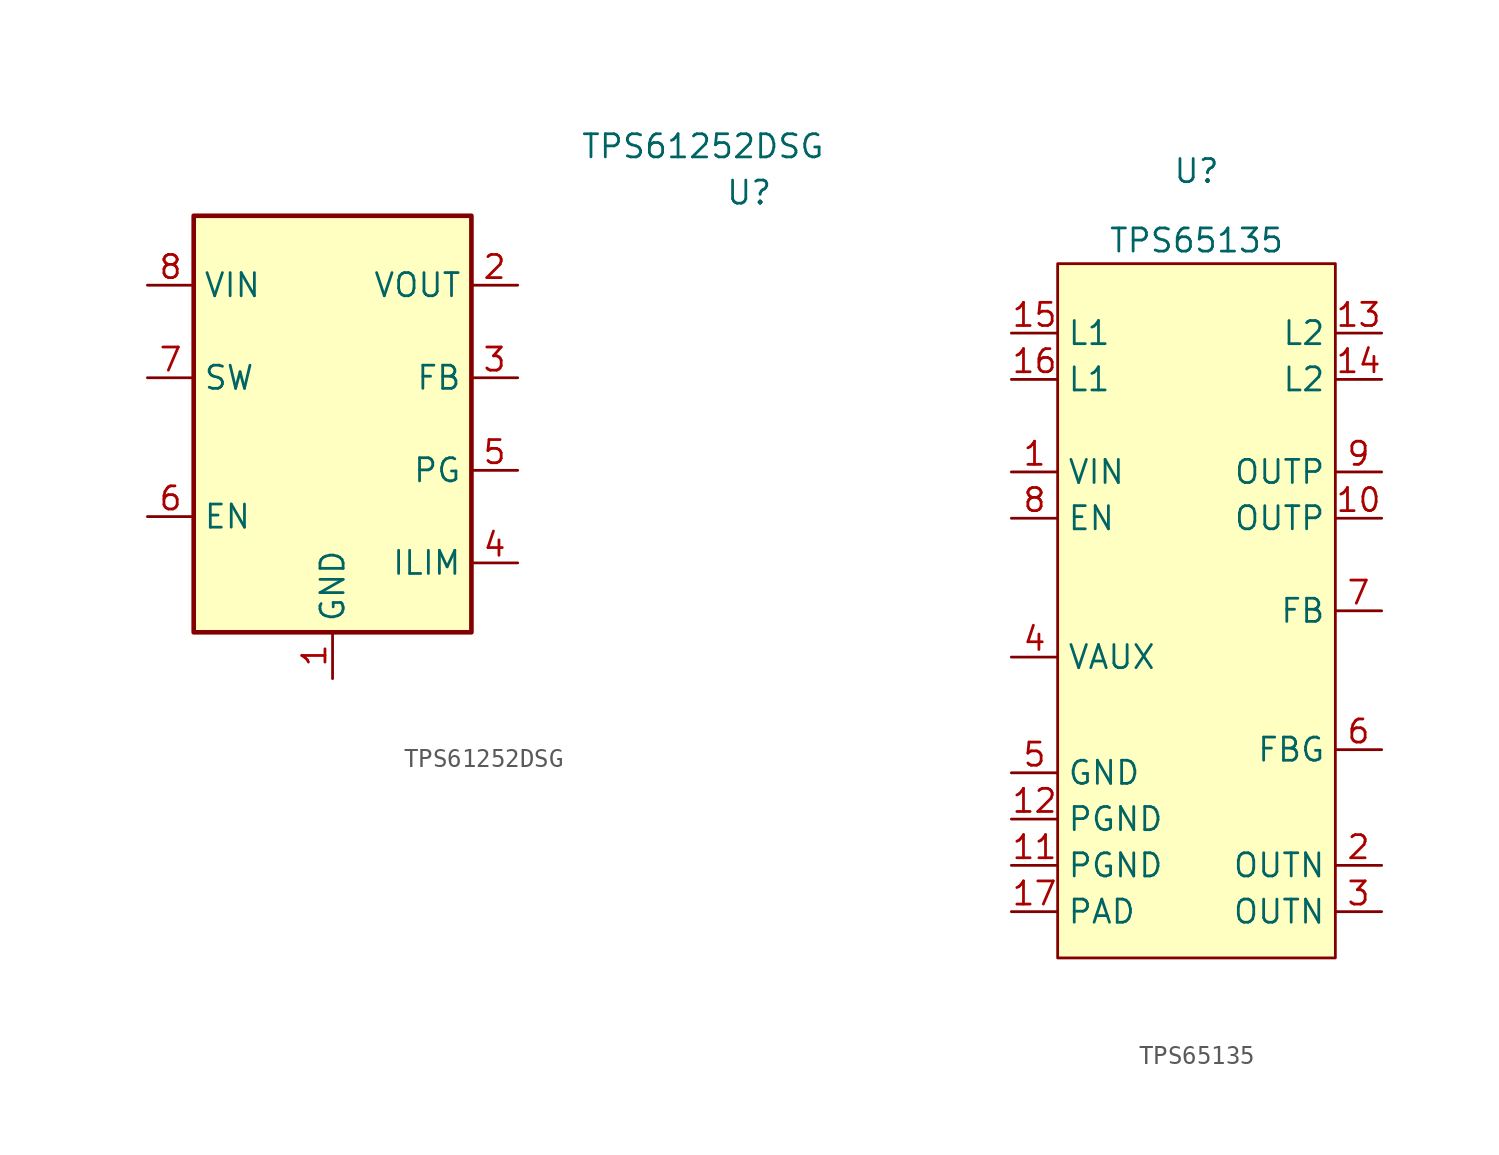
<source format=kicad_sym>
(kicad_symbol_lib
  (version 20220914)
  (generator kicad_symbol_editor)
  (symbol "TPS61252DSG"
    (property "Reference" "U"
      (at 22.86 15.24 0)
      (effects (font (size 1.27 1.27))))
    (property "Value" "TPS61252DSG"
      (at 20.32 17.78 0)
      (effects (font (size 1.27 1.27))))
    (symbol "TPS61252DSG_1_1"
      (rectangle (start -7.62 13.97) (end 7.62 -8.89) (stroke (width 0.254) (type default)) (fill (type background)))
      (pin power_in line (at 0 -11.43 90) (length 2.54) (name "GND" (effects (font (size 1.27 1.27)))) (number "1" (effects (font (size 1.27 1.27)))))
      (pin power_out line (at 10.16 10.16 180) (length 2.54) (name "VOUT" (effects (font (size 1.27 1.27)))) (number "2" (effects (font (size 1.27 1.27)))))
      (pin input line (at 10.16 5.08 180) (length 2.54) (name "FB" (effects (font (size 1.27 1.27)))) (number "3" (effects (font (size 1.27 1.27)))))
      (pin input line (at 10.16 -5.08 180) (length 2.54) (name "ILIM" (effects (font (size 1.27 1.27)))) (number "4" (effects (font (size 1.27 1.27)))))
      (pin open_collector line (at 10.16 0 180) (length 2.54) (name "PG" (effects (font (size 1.27 1.27)))) (number "5" (effects (font (size 1.27 1.27)))))
      (pin input line (at -10.16 -2.54 0) (length 2.54) (name "EN" (effects (font (size 1.27 1.27)))) (number "6" (effects (font (size 1.27 1.27)))))
      (pin passive line (at -10.16 5.08 0) (length 2.54) (name "SW" (effects (font (size 1.27 1.27)))) (number "7" (effects (font (size 1.27 1.27)))))
      (pin power_in line (at -10.16 10.16 0) (length 2.54) (name "VIN" (effects (font (size 1.27 1.27)))) (number "8" (effects (font (size 1.27 1.27)))))
      (pin passive line (at 0 -11.43 90) (length 2.54) hide (name "GND" (effects (font (size 1.27 1.27)))) (number "9" (effects (font (size 1.27 1.27)))))))
  (symbol "TPS65135"
    (property "Reference" "U"
      (at 0 24.13 0)
      (effects (font (size 1.27 1.27))))
    (property "Value" "TPS65135"
      (at 0 20.32 0)
      (effects (font (size 1.27 1.27))))
    (symbol "TPS65135_1_1"
      (rectangle (start -7.62 19.05) (end 7.62 -19.05) (stroke (width 0) (type default)) (fill (type background)))
      (pin power_in line (at -10.16 7.62 0) (length 2.54) (name "VIN" (effects (font (size 1.27 1.27)))) (number "1" (effects (font (size 1.27 1.27)))))
      (pin passive line (at 10.16 5.08 180) (length 2.54) (name "OUTP" (effects (font (size 1.27 1.27)))) (number "10" (effects (font (size 1.27 1.27)))))
      (pin power_in line (at -10.16 -13.97 0) (length 2.54) (name "PGND" (effects (font (size 1.27 1.27)))) (number "11" (effects (font (size 1.27 1.27)))))
      (pin power_in line (at -10.16 -11.43 0) (length 2.54) (name "PGND" (effects (font (size 1.27 1.27)))) (number "12" (effects (font (size 1.27 1.27)))))
      (pin passive line (at 10.16 15.24 180) (length 2.54) (name "L2" (effects (font (size 1.27 1.27)))) (number "13" (effects (font (size 1.27 1.27)))))
      (pin passive line (at 10.16 12.7 180) (length 2.54) (name "L2" (effects (font (size 1.27 1.27)))) (number "14" (effects (font (size 1.27 1.27)))))
      (pin passive line (at -10.16 15.24 0) (length 2.54) (name "L1" (effects (font (size 1.27 1.27)))) (number "15" (effects (font (size 1.27 1.27)))))
      (pin passive line (at -10.16 12.7 0) (length 2.54) (name "L1" (effects (font (size 1.27 1.27)))) (number "16" (effects (font (size 1.27 1.27)))))
      (pin power_in line (at -10.16 -16.51 0) (length 2.54) (name "PAD" (effects (font (size 1.27 1.27)))) (number "17" (effects (font (size 1.27 1.27)))))
      (pin passive line (at 10.16 -13.97 180) (length 2.54) (name "OUTN" (effects (font (size 1.27 1.27)))) (number "2" (effects (font (size 1.27 1.27)))))
      (pin power_out line (at 10.16 -16.51 180) (length 2.54) (name "OUTN" (effects (font (size 1.27 1.27)))) (number "3" (effects (font (size 1.27 1.27)))))
      (pin passive line (at -10.16 -2.54 0) (length 2.54) (name "VAUX" (effects (font (size 1.27 1.27)))) (number "4" (effects (font (size 1.27 1.27)))))
      (pin power_in line (at -10.16 -8.89 0) (length 2.54) (name "GND" (effects (font (size 1.27 1.27)))) (number "5" (effects (font (size 1.27 1.27)))))
      (pin passive line (at 10.16 -7.62 180) (length 2.54) (name "FBG" (effects (font (size 1.27 1.27)))) (number "6" (effects (font (size 1.27 1.27)))))
      (pin passive line (at 10.16 0 180) (length 2.54) (name "FB" (effects (font (size 1.27 1.27)))) (number "7" (effects (font (size 1.27 1.27)))))
      (pin input line (at -10.16 5.08 0) (length 2.54) (name "EN" (effects (font (size 1.27 1.27)))) (number "8" (effects (font (size 1.27 1.27)))))
      (pin power_out line (at 10.16 7.62 180) (length 2.54) (name "OUTP" (effects (font (size 1.27 1.27)))) (number "9" (effects (font (size 1.27 1.27))))))))
</source>
